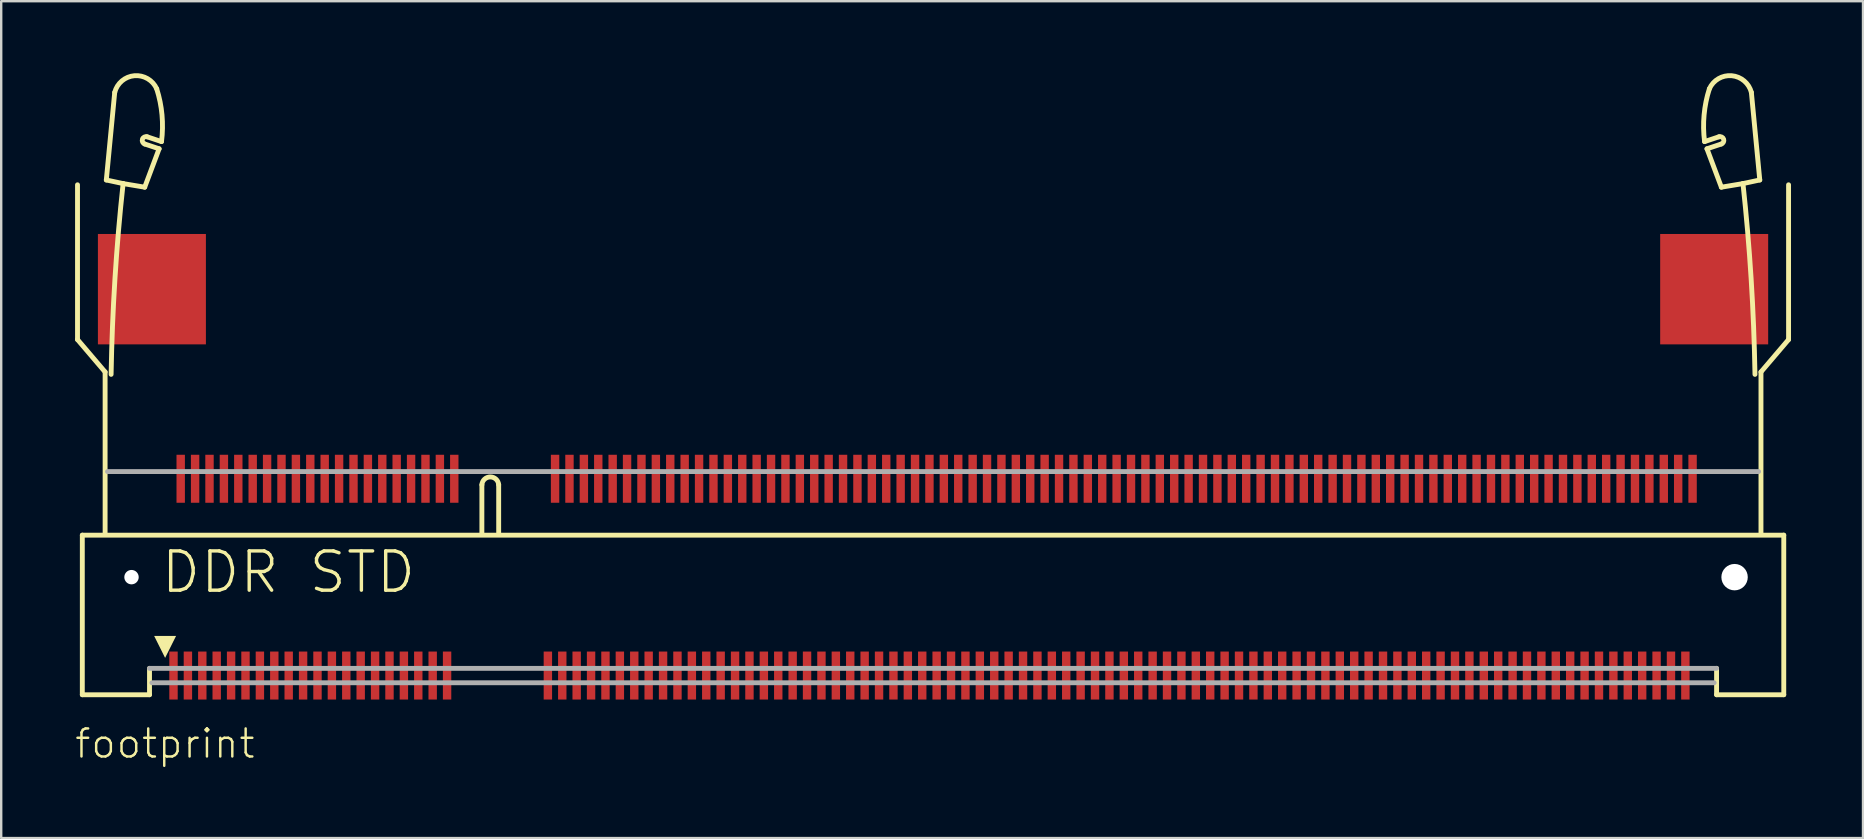
<source format=kicad_pcb>
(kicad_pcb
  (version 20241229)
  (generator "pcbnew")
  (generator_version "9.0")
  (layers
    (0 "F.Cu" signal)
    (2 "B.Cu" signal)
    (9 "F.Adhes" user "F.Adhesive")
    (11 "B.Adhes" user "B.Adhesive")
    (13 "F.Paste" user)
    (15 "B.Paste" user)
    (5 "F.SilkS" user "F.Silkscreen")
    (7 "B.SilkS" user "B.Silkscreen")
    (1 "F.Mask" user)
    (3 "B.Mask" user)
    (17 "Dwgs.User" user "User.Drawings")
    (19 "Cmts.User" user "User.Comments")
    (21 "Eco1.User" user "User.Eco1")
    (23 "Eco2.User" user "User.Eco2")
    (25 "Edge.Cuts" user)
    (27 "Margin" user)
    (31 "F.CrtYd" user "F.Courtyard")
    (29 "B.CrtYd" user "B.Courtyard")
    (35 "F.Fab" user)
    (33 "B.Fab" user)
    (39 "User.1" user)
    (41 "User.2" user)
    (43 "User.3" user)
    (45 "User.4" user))
  (footprint "footprint"
    (layer "F.Cu")
    (at 36.83 21)
    (property "Reference" "footprint" (at -36.83 7.62 0) (layer "F.SilkS") (effects (font (size 1.168 1.168) (thickness 0.102)) (justify left bottom)))
    (fp_line (start -36.65 -16.35) (end -36.65 -9.9) (stroke (width 0.203) (type solid)) (layer "F.SilkS"))
    (fp_line (start -36.65 -9.9) (end -35.5 -8.55) (stroke (width 0.203) (type solid)) (layer "F.SilkS"))
    (fp_line (start -36.45 -1.75) (end -36.45 4.9) (stroke (width 0.203) (type solid)) (layer "F.SilkS"))
    (fp_line (start -36.45 4.9) (end -33.65 4.9) (stroke (width 0.203) (type solid)) (layer "F.SilkS"))
    (fp_line (start -35.5 -8.55) (end -35.5 -1.85) (stroke (width 0.203) (type solid)) (layer "F.SilkS"))
    (fp_line (start -35.45 -16.55) (end -34.75 -16.4) (stroke (width 0.203) (type solid)) (layer "F.SilkS"))
    (fp_line (start -35.1 -20.2) (end -35.45 -16.55) (stroke (width 0.203) (type solid)) (layer "F.SilkS"))
    (fp_line (start -34.75 -16.4) (end -33.85 -16.25) (stroke (width 0.203) (type solid)) (layer "F.SilkS"))
    (fp_line (start -33.85 -16.25) (end -33.25 -17.85) (stroke (width 0.203) (type solid)) (layer "F.SilkS"))
    (fp_line (start -33.75 -18.35) (end -33.15 -18.15) (stroke (width 0.203) (type solid)) (layer "F.SilkS"))
    (fp_line (start -33.65 4.9) (end -33.65 3.8) (stroke (width 0.203) (type solid)) (layer "F.SilkS"))
    (fp_line (start -33.25 -17.85) (end -33.85 -18.05) (stroke (width 0.203) (type solid)) (layer "F.SilkS"))
    (fp_line (start -19.8 -3.85) (end -19.8 -1.85) (stroke (width 0.203) (type solid)) (layer "F.SilkS"))
    (fp_line (start -19.1 -3.85) (end -19.1 -1.85) (stroke (width 0.203) (type solid)) (layer "F.SilkS"))
    (fp_line (start 31.25 -17.85) (end 31.85 -18.05) (stroke (width 0.203) (type solid)) (layer "F.SilkS"))
    (fp_line (start 31.65 3.8) (end 31.65 4.9) (stroke (width 0.203) (type solid)) (layer "F.SilkS"))
    (fp_line (start 31.65 4.9) (end 34.45 4.9) (stroke (width 0.203) (type solid)) (layer "F.SilkS"))
    (fp_line (start 31.75 -18.35) (end 31.15 -18.15) (stroke (width 0.203) (type solid)) (layer "F.SilkS"))
    (fp_line (start 31.85 -16.25) (end 31.25 -17.85) (stroke (width 0.203) (type solid)) (layer "F.SilkS"))
    (fp_line (start 32.75 -16.4) (end 31.85 -16.25) (stroke (width 0.203) (type solid)) (layer "F.SilkS"))
    (fp_line (start 33.1 -20.2) (end 33.45 -16.55) (stroke (width 0.203) (type solid)) (layer "F.SilkS"))
    (fp_line (start 33.45 -16.55) (end 32.75 -16.4) (stroke (width 0.203) (type solid)) (layer "F.SilkS"))
    (fp_line (start 33.5 -8.55) (end 33.5 -1.85) (stroke (width 0.203) (type solid)) (layer "F.SilkS"))
    (fp_line (start 34.45 -1.75) (end -36.45 -1.75) (stroke (width 0.203) (type solid)) (layer "F.SilkS"))
    (fp_line (start 34.45 4.9) (end 34.45 -1.75) (stroke (width 0.203) (type solid)) (layer "F.SilkS"))
    (fp_line (start 34.65 -16.35) (end 34.65 -9.9) (stroke (width 0.203) (type solid)) (layer "F.SilkS"))
    (fp_line (start 34.65 -9.9) (end 33.5 -8.55) (stroke (width 0.203) (type solid)) (layer "F.SilkS"))
    (fp_arc (start -35.25 -8.45) (mid -35.090252 -12.430676) (end -34.75 -16.4) (stroke (width 0.2032) (type solid)) (layer "F.SilkS"))
    (fp_arc (start -35.099998 -20.199999) (mid -34.278179 -20.895426) (end -33.35 -20.35) (stroke (width 0.2032) (type solid)) (layer "F.SilkS"))
    (fp_arc (start -33.85 -18.05) (mid -33.945277 -18.248426) (end -33.75 -18.35) (stroke (width 0.2032) (type solid)) (layer "F.SilkS"))
    (fp_arc (start -33.35 -20.35) (mid -33.12925 -19.260977) (end -33.15 -18.15) (stroke (width 0.2032) (type solid)) (layer "F.SilkS"))
    (fp_arc (start -19.8 -3.85) (mid -19.449999 -4.175891) (end -19.1 -3.849998) (stroke (width 0.2032) (type solid)) (layer "F.SilkS"))
    (fp_arc (start 31.15 -18.15) (mid 31.129251 -19.260977) (end 31.35 -20.35) (stroke (width 0.2032) (type solid)) (layer "F.SilkS"))
    (fp_arc (start 31.35 -20.35) (mid 32.278179 -20.895427) (end 33.099998 -20.199999) (stroke (width 0.2032) (type solid)) (layer "F.SilkS"))
    (fp_arc (start 31.75 -18.35) (mid 31.945277 -18.248426) (end 31.85 -18.05) (stroke (width 0.2032) (type solid)) (layer "F.SilkS"))
    (fp_arc (start 32.75 -16.4) (mid 33.090252 -12.430676) (end 33.25 -8.45) (stroke (width 0.2032) (type solid)) (layer "F.SilkS"))
    (fp_poly (pts (xy -33 3.364) (xy -33.457 2.449) (xy -32.543 2.449)) (stroke (width 0) (type solid)) (fill yes) (layer "F.SilkS"))
    (fp_line (start -35.4 -4.4) (end 33.4 -4.4) (stroke (width 0.203) (type solid)) (layer "F.Fab"))
    (fp_line (start -33.65 3.8) (end 31.65 3.8) (stroke (width 0.203) (type solid)) (layer "F.Fab"))
    (fp_line (start -33.55 4.4) (end 31.55 4.4) (stroke (width 0.203) (type solid)) (layer "F.Fab"))
    (fp_text user "DDR STD" (at -33.25 0.75 0) (layer "F.SilkS") (effects (font (size 1.636 1.636) (thickness 0.142)) (justify left bottom)))
    (pad "" np_thru_hole circle (at -34.4 0) (size 0.6 0.6) (drill 0.6) (layers "*.Cu" "*.Mask"))
    (pad "" np_thru_hole circle (at 32.4 0) (size 1.1 1.1) (drill 1.1) (layers "*.Cu" "*.Mask"))
    (pad "1" smd rect (at -32.65 4.1 90) (size 2 0.35) (layers "F.Cu" "F.Mask" "F.Paste"))
    (pad "2" smd rect (at -32.35 -4.1 90) (size 2 0.35) (layers "F.Cu" "F.Mask" "F.Paste"))
    (pad "3" smd rect (at -32.05 4.1 90) (size 2 0.35) (layers "F.Cu" "F.Mask" "F.Paste"))
    (pad "4" smd rect (at -31.75 -4.1 90) (size 2 0.35) (layers "F.Cu" "F.Mask" "F.Paste"))
    (pad "5" smd rect (at -31.45 4.1 90) (size 2 0.35) (layers "F.Cu" "F.Mask" "F.Paste"))
    (pad "6" smd rect (at -31.15 -4.1 90) (size 2 0.35) (layers "F.Cu" "F.Mask" "F.Paste"))
    (pad "7" smd rect (at -30.85 4.1 90) (size 2 0.35) (layers "F.Cu" "F.Mask" "F.Paste"))
    (pad "8" smd rect (at -30.55 -4.1 90) (size 2 0.35) (layers "F.Cu" "F.Mask" "F.Paste"))
    (pad "9" smd rect (at -30.25 4.1 90) (size 2 0.35) (layers "F.Cu" "F.Mask" "F.Paste"))
    (pad "10" smd rect (at -29.95 -4.1 90) (size 2 0.35) (layers "F.Cu" "F.Mask" "F.Paste"))
    (pad "11" smd rect (at -29.65 4.1 90) (size 2 0.35) (layers "F.Cu" "F.Mask" "F.Paste"))
    (pad "12" smd rect (at -29.35 -4.1 90) (size 2 0.35) (layers "F.Cu" "F.Mask" "F.Paste"))
    (pad "13" smd rect (at -29.05 4.1 90) (size 2 0.35) (layers "F.Cu" "F.Mask" "F.Paste"))
    (pad "14" smd rect (at -28.75 -4.1 90) (size 2 0.35) (layers "F.Cu" "F.Mask" "F.Paste"))
    (pad "15" smd rect (at -28.45 4.1 90) (size 2 0.35) (layers "F.Cu" "F.Mask" "F.Paste"))
    (pad "16" smd rect (at -28.15 -4.1 90) (size 2 0.35) (layers "F.Cu" "F.Mask" "F.Paste"))
    (pad "17" smd rect (at -27.85 4.1 90) (size 2 0.35) (layers "F.Cu" "F.Mask" "F.Paste"))
    (pad "18" smd rect (at -27.55 -4.1 90) (size 2 0.35) (layers "F.Cu" "F.Mask" "F.Paste"))
    (pad "19" smd rect (at -27.25 4.1 90) (size 2 0.35) (layers "F.Cu" "F.Mask" "F.Paste"))
    (pad "20" smd rect (at -26.95 -4.1 90) (size 2 0.35) (layers "F.Cu" "F.Mask" "F.Paste"))
    (pad "21" smd rect (at -26.65 4.1 90) (size 2 0.35) (layers "F.Cu" "F.Mask" "F.Paste"))
    (pad "22" smd rect (at -26.35 -4.1 90) (size 2 0.35) (layers "F.Cu" "F.Mask" "F.Paste"))
    (pad "23" smd rect (at -26.05 4.1 90) (size 2 0.35) (layers "F.Cu" "F.Mask" "F.Paste"))
    (pad "24" smd rect (at -25.75 -4.1 90) (size 2 0.35) (layers "F.Cu" "F.Mask" "F.Paste"))
    (pad "25" smd rect (at -25.45 4.1 90) (size 2 0.35) (layers "F.Cu" "F.Mask" "F.Paste"))
    (pad "26" smd rect (at -25.15 -4.1 90) (size 2 0.35) (layers "F.Cu" "F.Mask" "F.Paste"))
    (pad "27" smd rect (at -24.85 4.1 90) (size 2 0.35) (layers "F.Cu" "F.Mask" "F.Paste"))
    (pad "28" smd rect (at -24.55 -4.1 90) (size 2 0.35) (layers "F.Cu" "F.Mask" "F.Paste"))
    (pad "29" smd rect (at -24.25 4.1 90) (size 2 0.35) (layers "F.Cu" "F.Mask" "F.Paste"))
    (pad "30" smd rect (at -23.95 -4.1 90) (size 2 0.35) (layers "F.Cu" "F.Mask" "F.Paste"))
    (pad "31" smd rect (at -23.65 4.1 90) (size 2 0.35) (layers "F.Cu" "F.Mask" "F.Paste"))
    (pad "32" smd rect (at -23.35 -4.1 90) (size 2 0.35) (layers "F.Cu" "F.Mask" "F.Paste"))
    (pad "33" smd rect (at -23.05 4.1 90) (size 2 0.35) (layers "F.Cu" "F.Mask" "F.Paste"))
    (pad "34" smd rect (at -22.75 -4.1 90) (size 2 0.35) (layers "F.Cu" "F.Mask" "F.Paste"))
    (pad "35" smd rect (at -22.45 4.1 90) (size 2 0.35) (layers "F.Cu" "F.Mask" "F.Paste"))
    (pad "36" smd rect (at -22.15 -4.1 90) (size 2 0.35) (layers "F.Cu" "F.Mask" "F.Paste"))
    (pad "37" smd rect (at -21.85 4.1 90) (size 2 0.35) (layers "F.Cu" "F.Mask" "F.Paste"))
    (pad "38" smd rect (at -21.55 -4.1 90) (size 2 0.35) (layers "F.Cu" "F.Mask" "F.Paste"))
    (pad "39" smd rect (at -21.25 4.1 90) (size 2 0.35) (layers "F.Cu" "F.Mask" "F.Paste"))
    (pad "40" smd rect (at -20.95 -4.1 90) (size 2 0.35) (layers "F.Cu" "F.Mask" "F.Paste"))
    (pad "41" smd rect (at -17.05 4.1 90) (size 2 0.35) (layers "F.Cu" "F.Mask" "F.Paste"))
    (pad "42" smd rect (at -16.75 -4.1 90) (size 2 0.35) (layers "F.Cu" "F.Mask" "F.Paste"))
    (pad "43" smd rect (at -16.45 4.1 90) (size 2 0.35) (layers "F.Cu" "F.Mask" "F.Paste"))
    (pad "44" smd rect (at -16.15 -4.1 90) (size 2 0.35) (layers "F.Cu" "F.Mask" "F.Paste"))
    (pad "45" smd rect (at -15.85 4.1 90) (size 2 0.35) (layers "F.Cu" "F.Mask" "F.Paste"))
    (pad "46" smd rect (at -15.55 -4.1 90) (size 2 0.35) (layers "F.Cu" "F.Mask" "F.Paste"))
    (pad "47" smd rect (at -15.25 4.1 90) (size 2 0.35) (layers "F.Cu" "F.Mask" "F.Paste"))
    (pad "48" smd rect (at -14.95 -4.1 90) (size 2 0.35) (layers "F.Cu" "F.Mask" "F.Paste"))
    (pad "49" smd rect (at -14.65 4.1 90) (size 2 0.35) (layers "F.Cu" "F.Mask" "F.Paste"))
    (pad "50" smd rect (at -14.35 -4.1 90) (size 2 0.35) (layers "F.Cu" "F.Mask" "F.Paste"))
    (pad "51" smd rect (at -14.05 4.1 90) (size 2 0.35) (layers "F.Cu" "F.Mask" "F.Paste"))
    (pad "52" smd rect (at -13.75 -4.1 90) (size 2 0.35) (layers "F.Cu" "F.Mask" "F.Paste"))
    (pad "53" smd rect (at -13.45 4.1 90) (size 2 0.35) (layers "F.Cu" "F.Mask" "F.Paste"))
    (pad "54" smd rect (at -13.15 -4.1 90) (size 2 0.35) (layers "F.Cu" "F.Mask" "F.Paste"))
    (pad "55" smd rect (at -12.85 4.1 90) (size 2 0.35) (layers "F.Cu" "F.Mask" "F.Paste"))
    (pad "56" smd rect (at -12.55 -4.1 90) (size 2 0.35) (layers "F.Cu" "F.Mask" "F.Paste"))
    (pad "57" smd rect (at -12.25 4.1 90) (size 2 0.35) (layers "F.Cu" "F.Mask" "F.Paste"))
    (pad "58" smd rect (at -11.95 -4.1 90) (size 2 0.35) (layers "F.Cu" "F.Mask" "F.Paste"))
    (pad "59" smd rect (at -11.65 4.1 90) (size 2 0.35) (layers "F.Cu" "F.Mask" "F.Paste"))
    (pad "60" smd rect (at -11.35 -4.1 90) (size 2 0.35) (layers "F.Cu" "F.Mask" "F.Paste"))
    (pad "61" smd rect (at -11.05 4.1 90) (size 2 0.35) (layers "F.Cu" "F.Mask" "F.Paste"))
    (pad "62" smd rect (at -10.75 -4.1 90) (size 2 0.35) (layers "F.Cu" "F.Mask" "F.Paste"))
    (pad "63" smd rect (at -10.45 4.1 90) (size 2 0.35) (layers "F.Cu" "F.Mask" "F.Paste"))
    (pad "64" smd rect (at -10.15 -4.1 90) (size 2 0.35) (layers "F.Cu" "F.Mask" "F.Paste"))
    (pad "65" smd rect (at -9.85 4.1 90) (size 2 0.35) (layers "F.Cu" "F.Mask" "F.Paste"))
    (pad "66" smd rect (at -9.55 -4.1 90) (size 2 0.35) (layers "F.Cu" "F.Mask" "F.Paste"))
    (pad "67" smd rect (at -9.25 4.1 90) (size 2 0.35) (layers "F.Cu" "F.Mask" "F.Paste"))
    (pad "68" smd rect (at -8.95 -4.1 90) (size 2 0.35) (layers "F.Cu" "F.Mask" "F.Paste"))
    (pad "69" smd rect (at -8.65 4.1 90) (size 2 0.35) (layers "F.Cu" "F.Mask" "F.Paste"))
    (pad "70" smd rect (at -8.35 -4.1 90) (size 2 0.35) (layers "F.Cu" "F.Mask" "F.Paste"))
    (pad "71" smd rect (at -8.05 4.1 90) (size 2 0.35) (layers "F.Cu" "F.Mask" "F.Paste"))
    (pad "72" smd rect (at -7.75 -4.1 90) (size 2 0.35) (layers "F.Cu" "F.Mask" "F.Paste"))
    (pad "73" smd rect (at -7.45 4.1 90) (size 2 0.35) (layers "F.Cu" "F.Mask" "F.Paste"))
    (pad "74" smd rect (at -7.15 -4.1 90) (size 2 0.35) (layers "F.Cu" "F.Mask" "F.Paste"))
    (pad "75" smd rect (at -6.85 4.1 90) (size 2 0.35) (layers "F.Cu" "F.Mask" "F.Paste"))
    (pad "76" smd rect (at -6.55 -4.1 90) (size 2 0.35) (layers "F.Cu" "F.Mask" "F.Paste"))
    (pad "77" smd rect (at -6.25 4.1 90) (size 2 0.35) (layers "F.Cu" "F.Mask" "F.Paste"))
    (pad "78" smd rect (at -5.95 -4.1 90) (size 2 0.35) (layers "F.Cu" "F.Mask" "F.Paste"))
    (pad "79" smd rect (at -5.65 4.1 90) (size 2 0.35) (layers "F.Cu" "F.Mask" "F.Paste"))
    (pad "80" smd rect (at -5.35 -4.1 90) (size 2 0.35) (layers "F.Cu" "F.Mask" "F.Paste"))
    (pad "81" smd rect (at -5.05 4.1 90) (size 2 0.35) (layers "F.Cu" "F.Mask" "F.Paste"))
    (pad "82" smd rect (at -4.75 -4.1 90) (size 2 0.35) (layers "F.Cu" "F.Mask" "F.Paste"))
    (pad "83" smd rect (at -4.45 4.1 90) (size 2 0.35) (layers "F.Cu" "F.Mask" "F.Paste"))
    (pad "84" smd rect (at -4.15 -4.1 90) (size 2 0.35) (layers "F.Cu" "F.Mask" "F.Paste"))
    (pad "85" smd rect (at -3.85 4.1 90) (size 2 0.35) (layers "F.Cu" "F.Mask" "F.Paste"))
    (pad "86" smd rect (at -3.55 -4.1 90) (size 2 0.35) (layers "F.Cu" "F.Mask" "F.Paste"))
    (pad "87" smd rect (at -3.25 4.1 90) (size 2 0.35) (layers "F.Cu" "F.Mask" "F.Paste"))
    (pad "88" smd rect (at -2.95 -4.1 90) (size 2 0.35) (layers "F.Cu" "F.Mask" "F.Paste"))
    (pad "89" smd rect (at -2.65 4.1 90) (size 2 0.35) (layers "F.Cu" "F.Mask" "F.Paste"))
    (pad "90" smd rect (at -2.35 -4.1 90) (size 2 0.35) (layers "F.Cu" "F.Mask" "F.Paste"))
    (pad "91" smd rect (at -2.05 4.1 90) (size 2 0.35) (layers "F.Cu" "F.Mask" "F.Paste"))
    (pad "92" smd rect (at -1.75 -4.1 90) (size 2 0.35) (layers "F.Cu" "F.Mask" "F.Paste"))
    (pad "93" smd rect (at -1.45 4.1 90) (size 2 0.35) (layers "F.Cu" "F.Mask" "F.Paste"))
    (pad "94" smd rect (at -1.15 -4.1 90) (size 2 0.35) (layers "F.Cu" "F.Mask" "F.Paste"))
    (pad "95" smd rect (at -0.85 4.1 90) (size 2 0.35) (layers "F.Cu" "F.Mask" "F.Paste"))
    (pad "96" smd rect (at -0.55 -4.1 90) (size 2 0.35) (layers "F.Cu" "F.Mask" "F.Paste"))
    (pad "97" smd rect (at -0.25 4.1 90) (size 2 0.35) (layers "F.Cu" "F.Mask" "F.Paste"))
    (pad "98" smd rect (at 0.05 -4.1 90) (size 2 0.35) (layers "F.Cu" "F.Mask" "F.Paste"))
    (pad "99" smd rect (at 0.35 4.1 90) (size 2 0.35) (layers "F.Cu" "F.Mask" "F.Paste"))
    (pad "100" smd rect (at 0.65 -4.1 90) (size 2 0.35) (layers "F.Cu" "F.Mask" "F.Paste"))
    (pad "101" smd rect (at 0.95 4.1 90) (size 2 0.35) (layers "F.Cu" "F.Mask" "F.Paste"))
    (pad "102" smd rect (at 1.25 -4.1 90) (size 2 0.35) (layers "F.Cu" "F.Mask" "F.Paste"))
    (pad "103" smd rect (at 1.55 4.1 90) (size 2 0.35) (layers "F.Cu" "F.Mask" "F.Paste"))
    (pad "104" smd rect (at 1.85 -4.1 90) (size 2 0.35) (layers "F.Cu" "F.Mask" "F.Paste"))
    (pad "105" smd rect (at 2.15 4.1 90) (size 2 0.35) (layers "F.Cu" "F.Mask" "F.Paste"))
    (pad "106" smd rect (at 2.45 -4.1 90) (size 2 0.35) (layers "F.Cu" "F.Mask" "F.Paste"))
    (pad "107" smd rect (at 2.75 4.1 90) (size 2 0.35) (layers "F.Cu" "F.Mask" "F.Paste"))
    (pad "108" smd rect (at 3.05 -4.1 90) (size 2 0.35) (layers "F.Cu" "F.Mask" "F.Paste"))
    (pad "109" smd rect (at 3.35 4.1 90) (size 2 0.35) (layers "F.Cu" "F.Mask" "F.Paste"))
    (pad "110" smd rect (at 3.65 -4.1 90) (size 2 0.35) (layers "F.Cu" "F.Mask" "F.Paste"))
    (pad "111" smd rect (at 3.95 4.1 90) (size 2 0.35) (layers "F.Cu" "F.Mask" "F.Paste"))
    (pad "112" smd rect (at 4.25 -4.1 90) (size 2 0.35) (layers "F.Cu" "F.Mask" "F.Paste"))
    (pad "113" smd rect (at 4.55 4.1 90) (size 2 0.35) (layers "F.Cu" "F.Mask" "F.Paste"))
    (pad "114" smd rect (at 4.85 -4.1 90) (size 2 0.35) (layers "F.Cu" "F.Mask" "F.Paste"))
    (pad "115" smd rect (at 5.15 4.1 90) (size 2 0.35) (layers "F.Cu" "F.Mask" "F.Paste"))
    (pad "116" smd rect (at 5.45 -4.1 90) (size 2 0.35) (layers "F.Cu" "F.Mask" "F.Paste"))
    (pad "117" smd rect (at 5.75 4.1 90) (size 2 0.35) (layers "F.Cu" "F.Mask" "F.Paste"))
    (pad "118" smd rect (at 6.05 -4.1 90) (size 2 0.35) (layers "F.Cu" "F.Mask" "F.Paste"))
    (pad "119" smd rect (at 6.35 4.1 90) (size 2 0.35) (layers "F.Cu" "F.Mask" "F.Paste"))
    (pad "120" smd rect (at 6.65 -4.1 90) (size 2 0.35) (layers "F.Cu" "F.Mask" "F.Paste"))
    (pad "121" smd rect (at 6.95 4.1 90) (size 2 0.35) (layers "F.Cu" "F.Mask" "F.Paste"))
    (pad "122" smd rect (at 7.25 -4.1 90) (size 2 0.35) (layers "F.Cu" "F.Mask" "F.Paste"))
    (pad "123" smd rect (at 7.55 4.1 90) (size 2 0.35) (layers "F.Cu" "F.Mask" "F.Paste"))
    (pad "124" smd rect (at 7.85 -4.1 90) (size 2 0.35) (layers "F.Cu" "F.Mask" "F.Paste"))
    (pad "125" smd rect (at 8.15 4.1 90) (size 2 0.35) (layers "F.Cu" "F.Mask" "F.Paste"))
    (pad "126" smd rect (at 8.45 -4.1 90) (size 2 0.35) (layers "F.Cu" "F.Mask" "F.Paste"))
    (pad "127" smd rect (at 8.75 4.1 90) (size 2 0.35) (layers "F.Cu" "F.Mask" "F.Paste"))
    (pad "128" smd rect (at 9.05 -4.1 90) (size 2 0.35) (layers "F.Cu" "F.Mask" "F.Paste"))
    (pad "129" smd rect (at 9.35 4.1 90) (size 2 0.35) (layers "F.Cu" "F.Mask" "F.Paste"))
    (pad "130" smd rect (at 9.65 -4.1 90) (size 2 0.35) (layers "F.Cu" "F.Mask" "F.Paste"))
    (pad "131" smd rect (at 9.95 4.1 90) (size 2 0.35) (layers "F.Cu" "F.Mask" "F.Paste"))
    (pad "132" smd rect (at 10.25 -4.1 90) (size 2 0.35) (layers "F.Cu" "F.Mask" "F.Paste"))
    (pad "133" smd rect (at 10.55 4.1 90) (size 2 0.35) (layers "F.Cu" "F.Mask" "F.Paste"))
    (pad "134" smd rect (at 10.85 -4.1 90) (size 2 0.35) (layers "F.Cu" "F.Mask" "F.Paste"))
    (pad "135" smd rect (at 11.15 4.1 90) (size 2 0.35) (layers "F.Cu" "F.Mask" "F.Paste"))
    (pad "136" smd rect (at 11.45 -4.1 90) (size 2 0.35) (layers "F.Cu" "F.Mask" "F.Paste"))
    (pad "137" smd rect (at 11.75 4.1 90) (size 2 0.35) (layers "F.Cu" "F.Mask" "F.Paste"))
    (pad "138" smd rect (at 12.05 -4.1 90) (size 2 0.35) (layers "F.Cu" "F.Mask" "F.Paste"))
    (pad "139" smd rect (at 12.35 4.1 90) (size 2 0.35) (layers "F.Cu" "F.Mask" "F.Paste"))
    (pad "140" smd rect (at 12.65 -4.1 90) (size 2 0.35) (layers "F.Cu" "F.Mask" "F.Paste"))
    (pad "141" smd rect (at 12.95 4.1 90) (size 2 0.35) (layers "F.Cu" "F.Mask" "F.Paste"))
    (pad "142" smd rect (at 13.25 -4.1 90) (size 2 0.35) (layers "F.Cu" "F.Mask" "F.Paste"))
    (pad "143" smd rect (at 13.55 4.1 90) (size 2 0.35) (layers "F.Cu" "F.Mask" "F.Paste"))
    (pad "144" smd rect (at 13.85 -4.1 90) (size 2 0.35) (layers "F.Cu" "F.Mask" "F.Paste"))
    (pad "145" smd rect (at 14.15 4.1 90) (size 2 0.35) (layers "F.Cu" "F.Mask" "F.Paste"))
    (pad "146" smd rect (at 14.45 -4.1 90) (size 2 0.35) (layers "F.Cu" "F.Mask" "F.Paste"))
    (pad "147" smd rect (at 14.75 4.1 90) (size 2 0.35) (layers "F.Cu" "F.Mask" "F.Paste"))
    (pad "148" smd rect (at 15.05 -4.1 90) (size 2 0.35) (layers "F.Cu" "F.Mask" "F.Paste"))
    (pad "149" smd rect (at 15.35 4.1 90) (size 2 0.35) (layers "F.Cu" "F.Mask" "F.Paste"))
    (pad "150" smd rect (at 15.65 -4.1 90) (size 2 0.35) (layers "F.Cu" "F.Mask" "F.Paste"))
    (pad "151" smd rect (at 15.95 4.1 90) (size 2 0.35) (layers "F.Cu" "F.Mask" "F.Paste"))
    (pad "152" smd rect (at 16.25 -4.1 90) (size 2 0.35) (layers "F.Cu" "F.Mask" "F.Paste"))
    (pad "153" smd rect (at 16.55 4.1 90) (size 2 0.35) (layers "F.Cu" "F.Mask" "F.Paste"))
    (pad "154" smd rect (at 16.85 -4.1 90) (size 2 0.35) (layers "F.Cu" "F.Mask" "F.Paste"))
    (pad "155" smd rect (at 17.15 4.1 90) (size 2 0.35) (layers "F.Cu" "F.Mask" "F.Paste"))
    (pad "156" smd rect (at 17.45 -4.1 90) (size 2 0.35) (layers "F.Cu" "F.Mask" "F.Paste"))
    (pad "157" smd rect (at 17.75 4.1 90) (size 2 0.35) (layers "F.Cu" "F.Mask" "F.Paste"))
    (pad "158" smd rect (at 18.05 -4.1 90) (size 2 0.35) (layers "F.Cu" "F.Mask" "F.Paste"))
    (pad "159" smd rect (at 18.35 4.1 90) (size 2 0.35) (layers "F.Cu" "F.Mask" "F.Paste"))
    (pad "160" smd rect (at 18.65 -4.1 90) (size 2 0.35) (layers "F.Cu" "F.Mask" "F.Paste"))
    (pad "161" smd rect (at 18.95 4.1 90) (size 2 0.35) (layers "F.Cu" "F.Mask" "F.Paste"))
    (pad "162" smd rect (at 19.25 -4.1 90) (size 2 0.35) (layers "F.Cu" "F.Mask" "F.Paste"))
    (pad "163" smd rect (at 19.55 4.1 90) (size 2 0.35) (layers "F.Cu" "F.Mask" "F.Paste"))
    (pad "164" smd rect (at 19.85 -4.1 90) (size 2 0.35) (layers "F.Cu" "F.Mask" "F.Paste"))
    (pad "165" smd rect (at 20.15 4.1 90) (size 2 0.35) (layers "F.Cu" "F.Mask" "F.Paste"))
    (pad "166" smd rect (at 20.45 -4.1 90) (size 2 0.35) (layers "F.Cu" "F.Mask" "F.Paste"))
    (pad "167" smd rect (at 20.75 4.1 90) (size 2 0.35) (layers "F.Cu" "F.Mask" "F.Paste"))
    (pad "168" smd rect (at 21.05 -4.1 90) (size 2 0.35) (layers "F.Cu" "F.Mask" "F.Paste"))
    (pad "169" smd rect (at 21.35 4.1 90) (size 2 0.35) (layers "F.Cu" "F.Mask" "F.Paste"))
    (pad "170" smd rect (at 21.65 -4.1 90) (size 2 0.35) (layers "F.Cu" "F.Mask" "F.Paste"))
    (pad "171" smd rect (at 21.95 4.1 90) (size 2 0.35) (layers "F.Cu" "F.Mask" "F.Paste"))
    (pad "172" smd rect (at 22.25 -4.1 90) (size 2 0.35) (layers "F.Cu" "F.Mask" "F.Paste"))
    (pad "173" smd rect (at 22.55 4.1 90) (size 2 0.35) (layers "F.Cu" "F.Mask" "F.Paste"))
    (pad "174" smd rect (at 22.85 -4.1 90) (size 2 0.35) (layers "F.Cu" "F.Mask" "F.Paste"))
    (pad "175" smd rect (at 23.15 4.1 90) (size 2 0.35) (layers "F.Cu" "F.Mask" "F.Paste"))
    (pad "176" smd rect (at 23.45 -4.1 90) (size 2 0.35) (layers "F.Cu" "F.Mask" "F.Paste"))
    (pad "177" smd rect (at 23.75 4.1 90) (size 2 0.35) (layers "F.Cu" "F.Mask" "F.Paste"))
    (pad "178" smd rect (at 24.05 -4.1 90) (size 2 0.35) (layers "F.Cu" "F.Mask" "F.Paste"))
    (pad "179" smd rect (at 24.35 4.1 90) (size 2 0.35) (layers "F.Cu" "F.Mask" "F.Paste"))
    (pad "180" smd rect (at 24.65 -4.1 90) (size 2 0.35) (layers "F.Cu" "F.Mask" "F.Paste"))
    (pad "181" smd rect (at 24.95 4.1 90) (size 2 0.35) (layers "F.Cu" "F.Mask" "F.Paste"))
    (pad "182" smd rect (at 25.25 -4.1 90) (size 2 0.35) (layers "F.Cu" "F.Mask" "F.Paste"))
    (pad "183" smd rect (at 25.55 4.1 90) (size 2 0.35) (layers "F.Cu" "F.Mask" "F.Paste"))
    (pad "184" smd rect (at 25.85 -4.1 90) (size 2 0.35) (layers "F.Cu" "F.Mask" "F.Paste"))
    (pad "185" smd rect (at 26.15 4.1 90) (size 2 0.35) (layers "F.Cu" "F.Mask" "F.Paste"))
    (pad "186" smd rect (at 26.45 -4.1 90) (size 2 0.35) (layers "F.Cu" "F.Mask" "F.Paste"))
    (pad "187" smd rect (at 26.75 4.1 90) (size 2 0.35) (layers "F.Cu" "F.Mask" "F.Paste"))
    (pad "188" smd rect (at 27.05 -4.1 90) (size 2 0.35) (layers "F.Cu" "F.Mask" "F.Paste"))
    (pad "189" smd rect (at 27.35 4.1 90) (size 2 0.35) (layers "F.Cu" "F.Mask" "F.Paste"))
    (pad "190" smd rect (at 27.65 -4.1 90) (size 2 0.35) (layers "F.Cu" "F.Mask" "F.Paste"))
    (pad "191" smd rect (at 27.95 4.1 90) (size 2 0.35) (layers "F.Cu" "F.Mask" "F.Paste"))
    (pad "192" smd rect (at 28.25 -4.1 90) (size 2 0.35) (layers "F.Cu" "F.Mask" "F.Paste"))
    (pad "193" smd rect (at 28.55 4.1 90) (size 2 0.35) (layers "F.Cu" "F.Mask" "F.Paste"))
    (pad "194" smd rect (at 28.85 -4.1 90) (size 2 0.35) (layers "F.Cu" "F.Mask" "F.Paste"))
    (pad "195" smd rect (at 29.15 4.1 90) (size 2 0.35) (layers "F.Cu" "F.Mask" "F.Paste"))
    (pad "196" smd rect (at 29.45 -4.1 90) (size 2 0.35) (layers "F.Cu" "F.Mask" "F.Paste"))
    (pad "197" smd rect (at 29.75 4.1 90) (size 2 0.35) (layers "F.Cu" "F.Mask" "F.Paste"))
    (pad "198" smd rect (at 30.05 -4.1 90) (size 2 0.35) (layers "F.Cu" "F.Mask" "F.Paste"))
    (pad "199" smd rect (at 30.35 4.1 90) (size 2 0.35) (layers "F.Cu" "F.Mask" "F.Paste"))
    (pad "200" smd rect (at 30.65 -4.1 90) (size 2 0.35) (layers "F.Cu" "F.Mask" "F.Paste"))
    (pad "M1" smd rect (at -33.55 -12) (size 4.5 4.6) (layers "F.Cu" "F.Mask" "F.Paste"))
    (pad "M2" smd rect (at 31.55 -12) (size 4.5 4.6) (layers "F.Cu" "F.Mask" "F.Paste")))
  (gr_rect
    (start -3 -3)
    (end 74.582 31.871)
    (stroke (width 0.1) (type default))
    (fill no)
    (layer "Edge.Cuts")))
</source>
